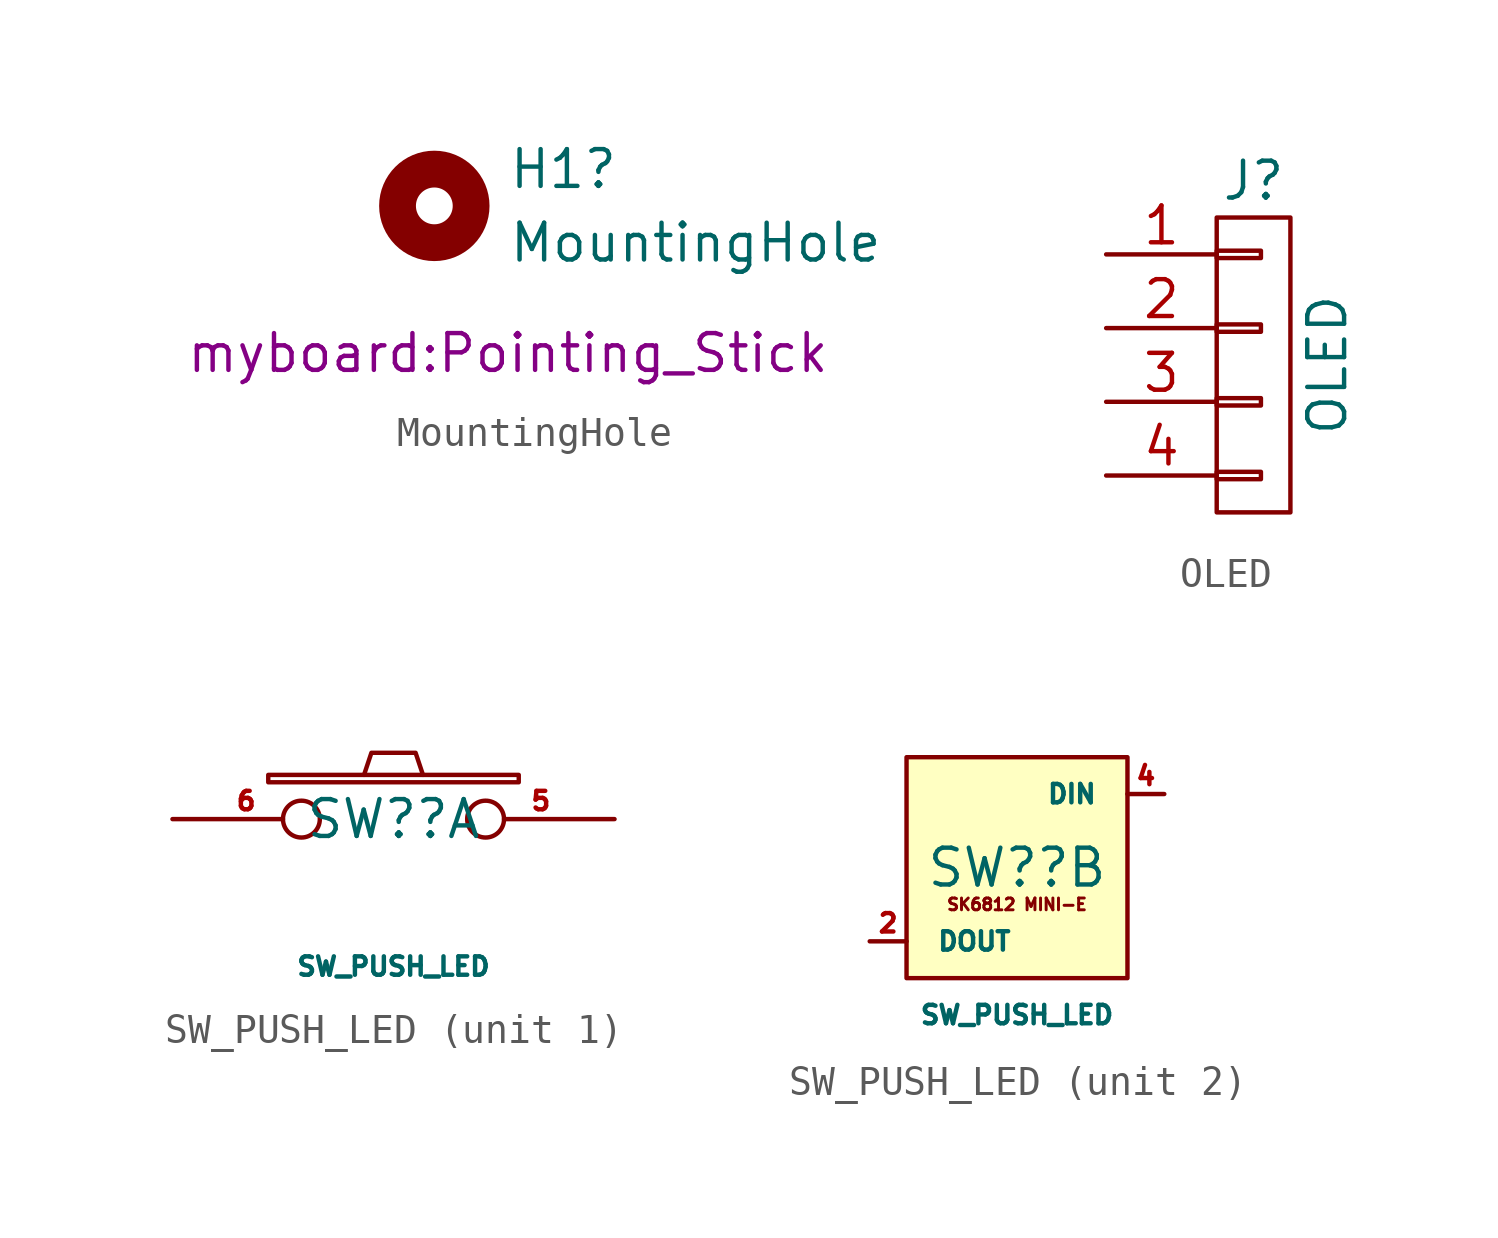
<source format=kicad_sym>
(kicad_symbol_lib
  (version 20231120)
  (generator "kicad_symbol_editor")
  (generator_version "8.0")
  (symbol "MountingHole"
    (pin_numbers hide)
    (pin_names
      (offset 1.016) hide)
    (property "Reference" "H1"
      (at 2.54 1.27 0)
      (effects (font (size 1.27 1.27)) (justify left)))
    (property "Value" "MountingHole"
      (at 2.54 -1.27 0)
      (effects (font (size 1.27 1.27)) (justify left)))
    (property "Footprint" "myboard:Pointing_Stick"
      (at 2.54 -5.08 0)
      (effects (font (size 1.27 1.27))))
    (symbol "MountingHole_0_1"
      (circle (center 0 0) (radius 1.27) (stroke (width 1.27) (type default)) (fill (type none)))))
  (symbol "OLED"
    (pin_names
      (offset 1.016) hide)
    (property "Reference" "J"
      (at 0 6.35 0)
      (effects (font (size 1.27 1.27))))
    (property "Value" "OLED"
      (at 2.54 0 90)
      (effects (font (size 1.27 1.27))))
    (property "Footprint" ""
      (at 0 0 0)
      (effects (font (size 1.27 1.27))))
    (property "Datasheet" ""
      (at 0 0 0)
      (effects (font (size 1.27 1.27))))
    (symbol "OLED_0_1"
      (rectangle (start -1.27 -3.683) (end 0.254 -3.937) (stroke (width 0) (type default)) (fill (type none)))
      (rectangle (start -1.27 -1.143) (end 0.254 -1.397) (stroke (width 0) (type default)) (fill (type none)))
      (rectangle (start -1.27 1.397) (end 0.254 1.143) (stroke (width 0) (type default)) (fill (type none)))
      (rectangle (start -1.27 3.937) (end 0.254 3.683) (stroke (width 0) (type default)) (fill (type none)))
      (rectangle (start -1.27 5.08) (end 1.27 -5.08) (stroke (width 0) (type default)) (fill (type none))))
    (symbol "OLED_1_1"
      (pin passive line (at -5.08 3.81 0) (length 3.81) (name "P1" (effects (font (size 1.27 1.27)))) (number "1" (effects (font (size 1.27 1.27)))))
      (pin passive line (at -5.08 1.27 0) (length 3.81) (name "P2" (effects (font (size 1.27 1.27)))) (number "2" (effects (font (size 1.27 1.27)))))
      (pin passive line (at -5.08 -1.27 0) (length 3.81) (name "P3" (effects (font (size 1.27 1.27)))) (number "3" (effects (font (size 1.27 1.27)))))
      (pin passive line (at -5.08 -3.81 0) (length 3.81) (name "P4" (effects (font (size 1.27 1.27)))) (number "4" (effects (font (size 1.27 1.27)))))))
  (symbol "SW_PUSH_LED"
    (pin_names
      (offset 1.016))
    (property "Reference" "SW?"
      (at 0 0 0)
      (effects (font (size 1.27 1.27))))
    (property "Value" "SW_PUSH_LED"
      (at 0 -5.08 0)
      (effects (font (size 0.635 0.635))))
    (property "ki_locked" ""
      (at 0 0 0)
      (effects (font (size 1.27 1.27))))
    (symbol "SW_PUSH_LED_1_1"
      (rectangle (start -4.318 1.27) (end 4.318 1.524) (stroke (width 0) (type default)) (fill (type none)))
      (polyline (pts (xy -1.016 1.524) (xy -0.762 2.286) (xy 0.762 2.286) (xy 1.016 1.524)) (stroke (width 0) (type default)) (fill (type none)))
      (pin passive inverted (at 7.62 0 180) (length 5.08) (name "~" (effects (font (size 0.61 0.61)))) (number "5" (effects (font (size 0.635 0.635)))))
      (pin passive inverted (at -7.62 0 0) (length 5.08) (name "~" (effects (font (size 0.61 0.61)))) (number "6" (effects (font (size 0.635 0.635))))))
    (symbol "SW_PUSH_LED_2_0"
      (text "SK6812 MINI-E" (at 0 -1.27 0) (effects (font (size 0.406 0.406)))))
    (symbol "SW_PUSH_LED_2_1"
      (rectangle (start 3.81 -3.81) (end -3.81 3.81) (stroke (width 0) (type default)) (fill (type background)))
      (pin power_in line (at -5.08 2.54 0) (length 1.27) hide (name "VDD" (effects (font (size 0.635 0.635)))) (number "1" (effects (font (size 0.635 0.635)))))
      (pin output line (at -5.08 -2.54 0) (length 1.27) (name "DOUT" (effects (font (size 0.635 0.635)))) (number "2" (effects (font (size 0.635 0.635)))))
      (pin power_in line (at 5.08 -2.54 180) (length 1.27) hide (name "GND" (effects (font (size 0.635 0.635)))) (number "3" (effects (font (size 0.635 0.635)))))
      (pin input line (at 5.08 2.54 180) (length 1.27) (name "DIN" (effects (font (size 0.635 0.635)))) (number "4" (effects (font (size 0.635 0.635))))))))
</source>
